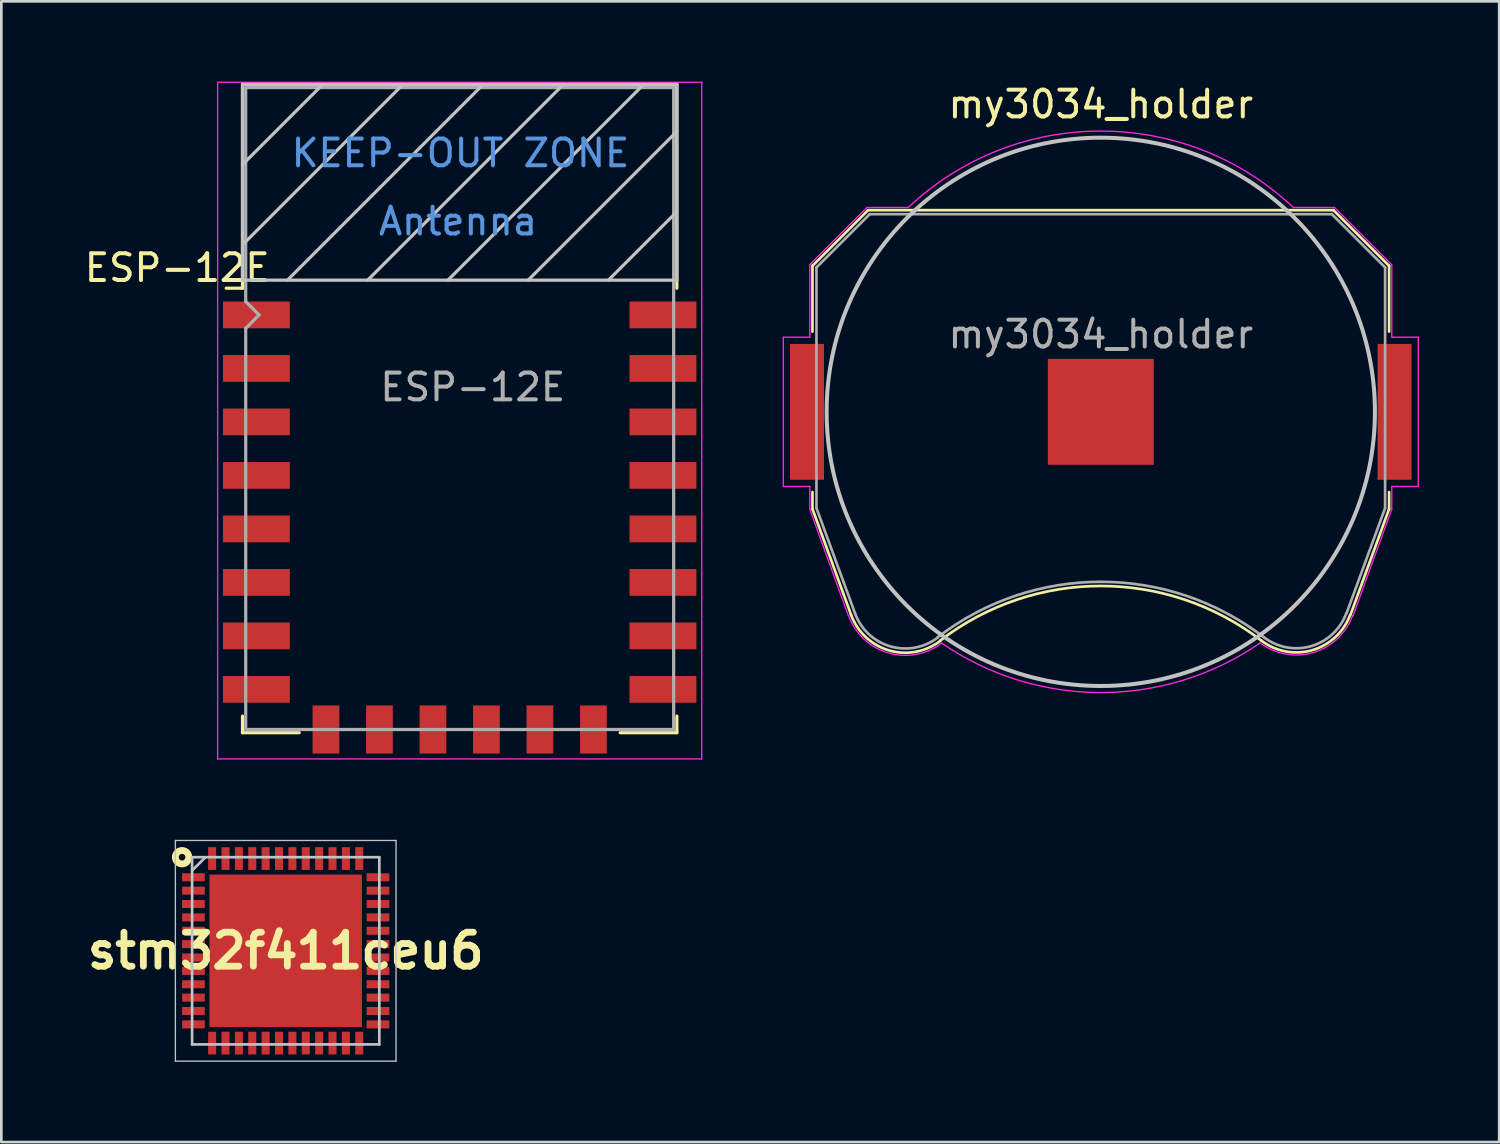
<source format=kicad_pcb>
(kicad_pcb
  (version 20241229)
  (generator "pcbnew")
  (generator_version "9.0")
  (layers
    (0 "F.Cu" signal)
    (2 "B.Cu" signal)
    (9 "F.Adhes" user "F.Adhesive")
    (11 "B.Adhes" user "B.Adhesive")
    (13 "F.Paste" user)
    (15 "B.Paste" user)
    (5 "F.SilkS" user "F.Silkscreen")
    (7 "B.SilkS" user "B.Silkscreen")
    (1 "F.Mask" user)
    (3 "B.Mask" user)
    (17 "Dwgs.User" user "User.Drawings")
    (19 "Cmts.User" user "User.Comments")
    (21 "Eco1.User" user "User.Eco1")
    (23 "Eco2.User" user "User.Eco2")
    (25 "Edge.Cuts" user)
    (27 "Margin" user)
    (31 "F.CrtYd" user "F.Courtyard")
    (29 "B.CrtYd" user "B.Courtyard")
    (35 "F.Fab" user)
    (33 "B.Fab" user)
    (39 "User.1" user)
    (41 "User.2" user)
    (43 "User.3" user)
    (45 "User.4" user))
  (footprint "ESP-12E"
    (layer "F.Cu")
    (at 14.137 12.225)
    (property "Reference" "ESP-12E" (at -10.56 -5.26 0) (layer "F.SilkS") (effects (font (size 1 1) (thickness 0.15))))
    (attr smd)
    (fp_line (start -8.12 -12.12) (end 8.12 -12.12) (stroke (width 0.12) (type solid)) (layer "F.SilkS"))
    (fp_line (start -8.12 -4.5) (end -8.73 -4.5) (stroke (width 0.12) (type solid)) (layer "F.SilkS"))
    (fp_line (start -8.12 -4.5) (end -8.12 -12.12) (stroke (width 0.12) (type solid)) (layer "F.SilkS"))
    (fp_line (start -8.12 12.12) (end -8.12 11.5) (stroke (width 0.12) (type solid)) (layer "F.SilkS"))
    (fp_line (start -6 12.12) (end -8.12 12.12) (stroke (width 0.12) (type solid)) (layer "F.SilkS"))
    (fp_line (start 8.12 -12.12) (end 8.12 -4.5) (stroke (width 0.12) (type solid)) (layer "F.SilkS"))
    (fp_line (start 8.12 11.5) (end 8.12 12.12) (stroke (width 0.12) (type solid)) (layer "F.SilkS"))
    (fp_line (start 8.12 12.12) (end 6 12.12) (stroke (width 0.12) (type solid)) (layer "F.SilkS"))
    (fp_line (start -8.12 -12.12) (end 8.12 -12.12) (stroke (width 0.12) (type solid)) (layer "Dwgs.User"))
    (fp_line (start -8.12 -9.12) (end -5.12 -12.12) (stroke (width 0.12) (type solid)) (layer "Dwgs.User"))
    (fp_line (start -8.12 -6.12) (end -2.12 -12.12) (stroke (width 0.12) (type solid)) (layer "Dwgs.User"))
    (fp_line (start -8.12 -4.8) (end -8.12 -12.12) (stroke (width 0.12) (type solid)) (layer "Dwgs.User"))
    (fp_line (start -6.44 -4.8) (end 0.88 -12.12) (stroke (width 0.12) (type solid)) (layer "Dwgs.User"))
    (fp_line (start -3.44 -4.8) (end 3.88 -12.12) (stroke (width 0.12) (type solid)) (layer "Dwgs.User"))
    (fp_line (start -0.44 -4.8) (end 6.88 -12.12) (stroke (width 0.12) (type solid)) (layer "Dwgs.User"))
    (fp_line (start 2.56 -4.8) (end 8.12 -10.36) (stroke (width 0.12) (type solid)) (layer "Dwgs.User"))
    (fp_line (start 5.56 -4.8) (end 8.12 -7.36) (stroke (width 0.12) (type solid)) (layer "Dwgs.User"))
    (fp_line (start 8.12 -12.12) (end 8.12 -4.8) (stroke (width 0.12) (type solid)) (layer "Dwgs.User"))
    (fp_line (start 8.12 -4.8) (end -8.12 -4.8) (stroke (width 0.12) (type solid)) (layer "Dwgs.User"))
    (fp_line (start -9.05 -12.2) (end 9.05 -12.2) (stroke (width 0.05) (type solid)) (layer "F.CrtYd"))
    (fp_line (start -9.05 13.1) (end -9.05 -12.2) (stroke (width 0.05) (type solid)) (layer "F.CrtYd"))
    (fp_line (start 9.05 -12.2) (end 9.05 13.1) (stroke (width 0.05) (type solid)) (layer "F.CrtYd"))
    (fp_line (start 9.05 13.1) (end -9.05 13.1) (stroke (width 0.05) (type solid)) (layer "F.CrtYd"))
    (fp_line (start -8 -12) (end 8 -12) (stroke (width 0.12) (type solid)) (layer "F.Fab"))
    (fp_line (start -8 -4) (end -8 -12) (stroke (width 0.12) (type solid)) (layer "F.Fab"))
    (fp_line (start -8 -3) (end -7.5 -3.5) (stroke (width 0.12) (type solid)) (layer "F.Fab"))
    (fp_line (start -8 12) (end -8 -3) (stroke (width 0.12) (type solid)) (layer "F.Fab"))
    (fp_line (start -7.5 -3.5) (end -8 -4) (stroke (width 0.12) (type solid)) (layer "F.Fab"))
    (fp_line (start 8 -12) (end 8 12) (stroke (width 0.12) (type solid)) (layer "F.Fab"))
    (fp_line (start 8 12) (end -8 12) (stroke (width 0.12) (type solid)) (layer "F.Fab"))
    (fp_text user "Antenna" (at -0.06 -7 180) (layer "Cmts.User") (effects (font (size 1 1) (thickness 0.15))))
    (fp_text user "KEEP-OUT ZONE" (at 0.03 -9.55 180) (layer "Cmts.User") (effects (font (size 1 1) (thickness 0.15))))
    (fp_text user "${REFERENCE}" (at 0.49 -0.8 0) (layer "F.Fab") (effects (font (size 1 1) (thickness 0.15))))
    (pad "1" smd rect (at -7.6 -3.5) (size 2.5 1) (layers "F.Cu" "F.Mask" "F.Paste"))
    (pad "2" smd rect (at -7.6 -1.5) (size 2.5 1) (layers "F.Cu" "F.Mask" "F.Paste"))
    (pad "3" smd rect (at -7.6 0.5) (size 2.5 1) (layers "F.Cu" "F.Mask" "F.Paste"))
    (pad "4" smd rect (at -7.6 2.5) (size 2.5 1) (layers "F.Cu" "F.Mask" "F.Paste"))
    (pad "5" smd rect (at -7.6 4.5) (size 2.5 1) (layers "F.Cu" "F.Mask" "F.Paste"))
    (pad "6" smd rect (at -7.6 6.5) (size 2.5 1) (layers "F.Cu" "F.Mask" "F.Paste"))
    (pad "7" smd rect (at -7.6 8.5) (size 2.5 1) (layers "F.Cu" "F.Mask" "F.Paste"))
    (pad "8" smd rect (at -7.6 10.5) (size 2.5 1) (layers "F.Cu" "F.Mask" "F.Paste"))
    (pad "9" smd rect (at -5 12) (size 1 1.8) (layers "F.Cu" "F.Mask" "F.Paste"))
    (pad "10" smd rect (at -3 12) (size 1 1.8) (layers "F.Cu" "F.Mask" "F.Paste"))
    (pad "11" smd rect (at -1 12) (size 1 1.8) (layers "F.Cu" "F.Mask" "F.Paste"))
    (pad "12" smd rect (at 1 12) (size 1 1.8) (layers "F.Cu" "F.Mask" "F.Paste"))
    (pad "13" smd rect (at 3 12) (size 1 1.8) (layers "F.Cu" "F.Mask" "F.Paste"))
    (pad "14" smd rect (at 5 12) (size 1 1.8) (layers "F.Cu" "F.Mask" "F.Paste"))
    (pad "15" smd rect (at 7.6 10.5) (size 2.5 1) (layers "F.Cu" "F.Mask" "F.Paste"))
    (pad "16" smd rect (at 7.6 8.5) (size 2.5 1) (layers "F.Cu" "F.Mask" "F.Paste"))
    (pad "17" smd rect (at 7.6 6.5) (size 2.5 1) (layers "F.Cu" "F.Mask" "F.Paste"))
    (pad "18" smd rect (at 7.6 4.5) (size 2.5 1) (layers "F.Cu" "F.Mask" "F.Paste"))
    (pad "19" smd rect (at 7.6 2.5) (size 2.5 1) (layers "F.Cu" "F.Mask" "F.Paste"))
    (pad "20" smd rect (at 7.6 0.5) (size 2.5 1) (layers "F.Cu" "F.Mask" "F.Paste"))
    (pad "21" smd rect (at 7.6 -1.5) (size 2.5 1) (layers "F.Cu" "F.Mask" "F.Paste"))
    (pad "22" smd rect (at 7.6 -3.5) (size 2.5 1) (layers "F.Cu" "F.Mask" "F.Paste")))
  (footprint "stm32f411ceu6"
    (layer "F.Cu")
    (at 7.632 32.5)
    (property "Reference" "stm32f411ceu6" (at 0 0 0) (layer "F.SilkS") (effects (font (size 1.27 1.27) (thickness 0.254))))
    (attr smd)
    (fp_circle (center -3.875 -3.5) (end -3.75 -3.5) (stroke (width 0.254) (type solid)) (fill no) (layer "F.SilkS"))
    (fp_line (start -4.125 -4.125) (end 4.125 -4.125) (stroke (width 0.05) (type solid)) (layer "Dwgs.User"))
    (fp_line (start -4.125 4.125) (end -4.125 -4.125) (stroke (width 0.05) (type solid)) (layer "Dwgs.User"))
    (fp_line (start -3.5 -3.5) (end 3.5 -3.5) (stroke (width 0.1) (type solid)) (layer "Dwgs.User"))
    (fp_line (start -3.5 -3) (end -3 -3.5) (stroke (width 0.1) (type solid)) (layer "Dwgs.User"))
    (fp_line (start -3.5 3.5) (end -3.5 -3.5) (stroke (width 0.1) (type solid)) (layer "Dwgs.User"))
    (fp_line (start 3.5 -3.5) (end 3.5 3.5) (stroke (width 0.1) (type solid)) (layer "Dwgs.User"))
    (fp_line (start 3.5 3.5) (end -3.5 3.5) (stroke (width 0.1) (type solid)) (layer "Dwgs.User"))
    (fp_line (start 4.125 -4.125) (end 4.125 4.125) (stroke (width 0.05) (type solid)) (layer "Dwgs.User"))
    (fp_line (start 4.125 4.125) (end -4.125 4.125) (stroke (width 0.05) (type solid)) (layer "Dwgs.User"))
    (pad "1" smd rect (at -3.45 -2.75 90) (size 0.3 0.85) (layers "F.Cu" "F.Mask" "F.Paste"))
    (pad "2" smd rect (at -3.45 -2.25 90) (size 0.3 0.85) (layers "F.Cu" "F.Mask" "F.Paste"))
    (pad "3" smd rect (at -3.45 -1.75 90) (size 0.3 0.85) (layers "F.Cu" "F.Mask" "F.Paste"))
    (pad "4" smd rect (at -3.45 -1.25 90) (size 0.3 0.85) (layers "F.Cu" "F.Mask" "F.Paste"))
    (pad "5" smd rect (at -3.45 -0.75 90) (size 0.3 0.85) (layers "F.Cu" "F.Mask" "F.Paste"))
    (pad "6" smd rect (at -3.45 -0.25 90) (size 0.3 0.85) (layers "F.Cu" "F.Mask" "F.Paste"))
    (pad "7" smd rect (at -3.45 0.25 90) (size 0.3 0.85) (layers "F.Cu" "F.Mask" "F.Paste"))
    (pad "8" smd rect (at -3.45 0.75 90) (size 0.3 0.85) (layers "F.Cu" "F.Mask" "F.Paste"))
    (pad "9" smd rect (at -3.45 1.25 90) (size 0.3 0.85) (layers "F.Cu" "F.Mask" "F.Paste"))
    (pad "10" smd rect (at -3.45 1.75 90) (size 0.3 0.85) (layers "F.Cu" "F.Mask" "F.Paste"))
    (pad "11" smd rect (at -3.45 2.25 90) (size 0.3 0.85) (layers "F.Cu" "F.Mask" "F.Paste"))
    (pad "12" smd rect (at -3.45 2.75 90) (size 0.3 0.85) (layers "F.Cu" "F.Mask" "F.Paste"))
    (pad "13" smd rect (at -2.75 3.45) (size 0.3 0.85) (layers "F.Cu" "F.Mask" "F.Paste"))
    (pad "14" smd rect (at -2.25 3.45) (size 0.3 0.85) (layers "F.Cu" "F.Mask" "F.Paste"))
    (pad "15" smd rect (at -1.75 3.45) (size 0.3 0.85) (layers "F.Cu" "F.Mask" "F.Paste"))
    (pad "16" smd rect (at -1.25 3.45) (size 0.3 0.85) (layers "F.Cu" "F.Mask" "F.Paste"))
    (pad "17" smd rect (at -0.75 3.45) (size 0.3 0.85) (layers "F.Cu" "F.Mask" "F.Paste"))
    (pad "18" smd rect (at -0.25 3.45) (size 0.3 0.85) (layers "F.Cu" "F.Mask" "F.Paste"))
    (pad "19" smd rect (at 0.25 3.45) (size 0.3 0.85) (layers "F.Cu" "F.Mask" "F.Paste"))
    (pad "20" smd rect (at 0.75 3.45) (size 0.3 0.85) (layers "F.Cu" "F.Mask" "F.Paste"))
    (pad "21" smd rect (at 1.25 3.45) (size 0.3 0.85) (layers "F.Cu" "F.Mask" "F.Paste"))
    (pad "22" smd rect (at 1.75 3.45) (size 0.3 0.85) (layers "F.Cu" "F.Mask" "F.Paste"))
    (pad "23" smd rect (at 2.25 3.45) (size 0.3 0.85) (layers "F.Cu" "F.Mask" "F.Paste"))
    (pad "24" smd rect (at 2.75 3.45) (size 0.3 0.85) (layers "F.Cu" "F.Mask" "F.Paste"))
    (pad "25" smd rect (at 3.45 2.75 90) (size 0.3 0.85) (layers "F.Cu" "F.Mask" "F.Paste"))
    (pad "26" smd rect (at 3.45 2.25 90) (size 0.3 0.85) (layers "F.Cu" "F.Mask" "F.Paste"))
    (pad "27" smd rect (at 3.45 1.75 90) (size 0.3 0.85) (layers "F.Cu" "F.Mask" "F.Paste"))
    (pad "28" smd rect (at 3.45 1.25 90) (size 0.3 0.85) (layers "F.Cu" "F.Mask" "F.Paste"))
    (pad "29" smd rect (at 3.45 0.75 90) (size 0.3 0.85) (layers "F.Cu" "F.Mask" "F.Paste"))
    (pad "30" smd rect (at 3.45 0.25 90) (size 0.3 0.85) (layers "F.Cu" "F.Mask" "F.Paste"))
    (pad "31" smd rect (at 3.45 -0.25 90) (size 0.3 0.85) (layers "F.Cu" "F.Mask" "F.Paste"))
    (pad "32" smd rect (at 3.45 -0.75 90) (size 0.3 0.85) (layers "F.Cu" "F.Mask" "F.Paste"))
    (pad "33" smd rect (at 3.45 -1.25 90) (size 0.3 0.85) (layers "F.Cu" "F.Mask" "F.Paste"))
    (pad "34" smd rect (at 3.45 -1.75 90) (size 0.3 0.85) (layers "F.Cu" "F.Mask" "F.Paste"))
    (pad "35" smd rect (at 3.45 -2.25 90) (size 0.3 0.85) (layers "F.Cu" "F.Mask" "F.Paste"))
    (pad "36" smd rect (at 3.45 -2.75 90) (size 0.3 0.85) (layers "F.Cu" "F.Mask" "F.Paste"))
    (pad "37" smd rect (at 2.75 -3.45) (size 0.3 0.85) (layers "F.Cu" "F.Mask" "F.Paste"))
    (pad "38" smd rect (at 2.25 -3.45) (size 0.3 0.85) (layers "F.Cu" "F.Mask" "F.Paste"))
    (pad "39" smd rect (at 1.75 -3.45) (size 0.3 0.85) (layers "F.Cu" "F.Mask" "F.Paste"))
    (pad "40" smd rect (at 1.25 -3.45) (size 0.3 0.85) (layers "F.Cu" "F.Mask" "F.Paste"))
    (pad "41" smd rect (at 0.75 -3.45) (size 0.3 0.85) (layers "F.Cu" "F.Mask" "F.Paste"))
    (pad "42" smd rect (at 0.25 -3.45) (size 0.3 0.85) (layers "F.Cu" "F.Mask" "F.Paste"))
    (pad "43" smd rect (at -0.25 -3.45) (size 0.3 0.85) (layers "F.Cu" "F.Mask" "F.Paste"))
    (pad "44" smd rect (at -0.75 -3.45) (size 0.3 0.85) (layers "F.Cu" "F.Mask" "F.Paste"))
    (pad "45" smd rect (at -1.25 -3.45) (size 0.3 0.85) (layers "F.Cu" "F.Mask" "F.Paste"))
    (pad "46" smd rect (at -1.75 -3.45) (size 0.3 0.85) (layers "F.Cu" "F.Mask" "F.Paste"))
    (pad "47" smd rect (at -2.25 -3.45) (size 0.3 0.85) (layers "F.Cu" "F.Mask" "F.Paste"))
    (pad "48" smd rect (at -2.75 -3.45) (size 0.3 0.85) (layers "F.Cu" "F.Mask" "F.Paste"))
    (pad "49" smd rect (at 0 0) (size 5.7 5.7) (layers "F.Cu" "F.Mask" "F.Paste")))
  (footprint "my3034_holder"
    (layer "F.Cu")
    (at 38.107 12.348)
    (property "Reference" "my3034_holder" (at 0 -11.5 0) (layer "F.SilkS") (effects (font (size 1 1) (thickness 0.15))))
    (attr smd)
    (fp_line (start -10.78 -5.46) (end -10.78 -3) (stroke (width 0.1) (type solid)) (layer "F.SilkS"))
    (fp_line (start -10.78 3) (end -10.78 3.63) (stroke (width 0.1) (type solid)) (layer "F.SilkS"))
    (fp_line (start -10.78 3.63) (end -9.34 7.58) (stroke (width 0.1) (type solid)) (layer "F.SilkS"))
    (fp_line (start -8.7 -7.54) (end -10.78 -5.46) (stroke (width 0.1) (type solid)) (layer "F.SilkS"))
    (fp_line (start 8.7 -7.54) (end -8.7 -7.54) (stroke (width 0.1) (type solid)) (layer "F.SilkS"))
    (fp_line (start 8.7 -7.54) (end 10.78 -5.46) (stroke (width 0.1) (type solid)) (layer "F.SilkS"))
    (fp_line (start 10.78 -5.46) (end 10.78 -3) (stroke (width 0.1) (type solid)) (layer "F.SilkS"))
    (fp_line (start 10.78 3) (end 10.78 3.63) (stroke (width 0.1) (type solid)) (layer "F.SilkS"))
    (fp_line (start 10.78 3.63) (end 9.34 7.58) (stroke (width 0.1) (type solid)) (layer "F.SilkS"))
    (fp_arc (start -6.0046 8.553536) (mid -0.002901 6.511341) (end 6 8.55) (stroke (width 0.1) (type solid)) (layer "F.SilkS"))
    (fp_arc (start -6.003354 8.56653) (mid -7.921654 8.918738) (end -9.34 7.58) (stroke (width 0.1) (type solid)) (layer "F.SilkS"))
    (fp_arc (start 9.325243 7.588169) (mid 7.90634 8.911668) (end 6 8.55) (stroke (width 0.1) (type solid)) (layer "F.SilkS"))
    (fp_circle (center 0 0) (end 0 10.25) (stroke (width 0.15) (type solid)) (fill no) (layer "Dwgs.User"))
    (fp_line (start -11.87 -2.79) (end -11.87 2.79) (stroke (width 0.05) (type solid)) (layer "F.CrtYd"))
    (fp_line (start -11.87 2.79) (end -10.88 2.79) (stroke (width 0.05) (type solid)) (layer "F.CrtYd"))
    (fp_line (start -10.88 -5.5) (end -10.88 -2.79) (stroke (width 0.05) (type solid)) (layer "F.CrtYd"))
    (fp_line (start -10.88 -2.79) (end -11.87 -2.79) (stroke (width 0.05) (type solid)) (layer "F.CrtYd"))
    (fp_line (start -10.88 2.79) (end -10.88 3.64) (stroke (width 0.05) (type solid)) (layer "F.CrtYd"))
    (fp_line (start -10.88 3.64) (end -9.44 7.62) (stroke (width 0.05) (type solid)) (layer "F.CrtYd"))
    (fp_line (start -8.74 -7.64) (end -10.88 -5.5) (stroke (width 0.05) (type solid)) (layer "F.CrtYd"))
    (fp_line (start -7.2 -7.64) (end -8.74 -7.64) (stroke (width 0.05) (type solid)) (layer "F.CrtYd"))
    (fp_line (start 8.74 -7.64) (end 7.2 -7.64) (stroke (width 0.05) (type solid)) (layer "F.CrtYd"))
    (fp_line (start 9.43 7.63) (end 10.88 3.64) (stroke (width 0.05) (type solid)) (layer "F.CrtYd"))
    (fp_line (start 10.88 -5.5) (end 8.74 -7.64) (stroke (width 0.05) (type solid)) (layer "F.CrtYd"))
    (fp_line (start 10.88 -2.79) (end 10.88 -5.5) (stroke (width 0.05) (type solid)) (layer "F.CrtYd"))
    (fp_line (start 10.88 2.79) (end 11.87 2.79) (stroke (width 0.05) (type solid)) (layer "F.CrtYd"))
    (fp_line (start 10.88 3.64) (end 10.88 2.79) (stroke (width 0.05) (type solid)) (layer "F.CrtYd"))
    (fp_line (start 11.87 -2.79) (end 10.88 -2.79) (stroke (width 0.05) (type solid)) (layer "F.CrtYd"))
    (fp_line (start 11.87 2.79) (end 11.87 -2.79) (stroke (width 0.05) (type solid)) (layer "F.CrtYd"))
    (fp_arc (start -7.199546 -7.640427) (mid 0.000312 -10.498075) (end 7.2 -7.64) (stroke (width 0.05) (type solid)) (layer "F.CrtYd"))
    (fp_arc (start -5.956965 8.654604) (mid -7.953941 9.011629) (end -9.43 7.62) (stroke (width 0.05) (type solid)) (layer "F.CrtYd"))
    (fp_arc (start 5.945368 8.650075) (mid -0.008883 10.496243) (end -5.96 8.64) (stroke (width 0.05) (type solid)) (layer "F.CrtYd"))
    (fp_arc (start 9.415144 7.621341) (mid 7.944017 9.000493) (end 5.96 8.64) (stroke (width 0.05) (type solid)) (layer "F.CrtYd"))
    (fp_line (start -10.63 -5.4) (end -8.64 -7.39) (stroke (width 0.1) (type solid)) (layer "F.Fab"))
    (fp_line (start -10.63 3.6) (end -10.63 -5.4) (stroke (width 0.1) (type solid)) (layer "F.Fab"))
    (fp_line (start -9.19 7.53) (end -10.63 3.6) (stroke (width 0.1) (type solid)) (layer "F.Fab"))
    (fp_line (start -8.64 -7.39) (end 8.64 -7.39) (stroke (width 0.1) (type solid)) (layer "F.Fab"))
    (fp_line (start 8.64 -7.39) (end 10.63 -5.4) (stroke (width 0.1) (type solid)) (layer "F.Fab"))
    (fp_line (start 10.63 -5.4) (end 10.63 3.6) (stroke (width 0.1) (type solid)) (layer "F.Fab"))
    (fp_line (start 10.63 3.6) (end 9.19 7.53) (stroke (width 0.1) (type solid)) (layer "F.Fab"))
    (fp_arc (start -6.096146 8.438508) (mid -7.87328 8.768206) (end -9.19 7.53) (stroke (width 0.1) (type solid)) (layer "F.Fab"))
    (fp_arc (start -6.094852 8.426043) (mid 0.003247 6.355257) (end 6.1 8.43) (stroke (width 0.1) (type solid)) (layer "F.Fab"))
    (fp_arc (start 9.180727 7.528882) (mid 7.868698 8.760067) (end 6.1 8.43) (stroke (width 0.1) (type solid)) (layer "F.Fab"))
    (fp_text user "${REFERENCE}" (at 0 -2.9 0) (layer "F.Fab") (effects (font (size 1 1) (thickness 0.15))))
    (pad "" smd rect (at 10.985 0) (size 1.27 5.08) (layers "F.Cu" "F.Mask" "F.Paste"))
    (pad "1" smd rect (at -10.985 0) (size 1.27 5.08) (layers "F.Cu" "F.Mask" "F.Paste"))
    (pad "2" smd rect (at 0 0) (size 3.96 3.96) (layers "F.Cu" "F.Mask" "F.Paste")))
  (gr_rect
    (start -3 -3)
    (end 53.002 39.65)
    (stroke (width 0.1) (type default))
    (fill no)
    (layer "Edge.Cuts")))
</source>
